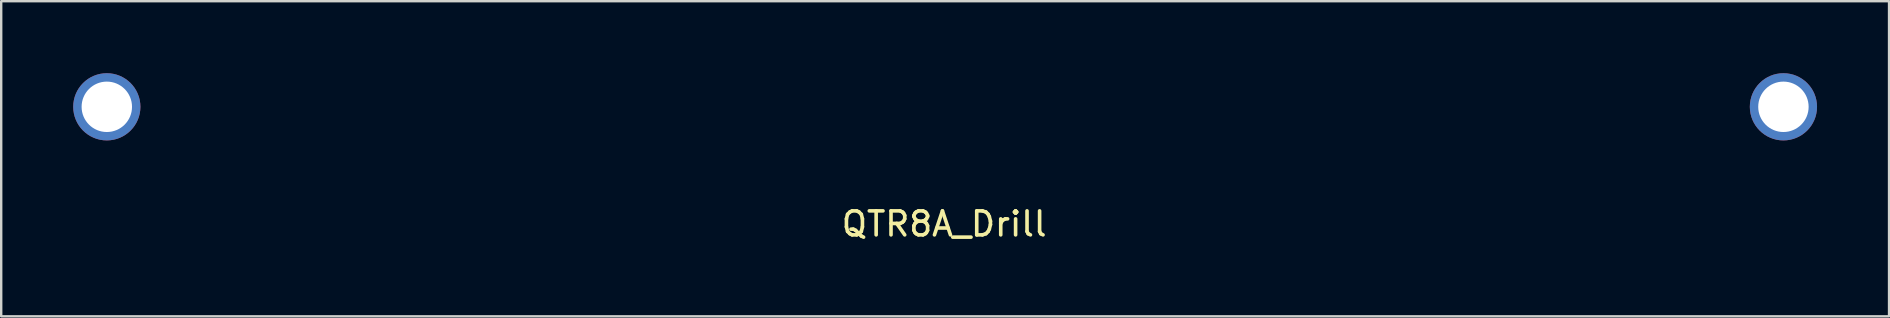
<source format=kicad_pcb>
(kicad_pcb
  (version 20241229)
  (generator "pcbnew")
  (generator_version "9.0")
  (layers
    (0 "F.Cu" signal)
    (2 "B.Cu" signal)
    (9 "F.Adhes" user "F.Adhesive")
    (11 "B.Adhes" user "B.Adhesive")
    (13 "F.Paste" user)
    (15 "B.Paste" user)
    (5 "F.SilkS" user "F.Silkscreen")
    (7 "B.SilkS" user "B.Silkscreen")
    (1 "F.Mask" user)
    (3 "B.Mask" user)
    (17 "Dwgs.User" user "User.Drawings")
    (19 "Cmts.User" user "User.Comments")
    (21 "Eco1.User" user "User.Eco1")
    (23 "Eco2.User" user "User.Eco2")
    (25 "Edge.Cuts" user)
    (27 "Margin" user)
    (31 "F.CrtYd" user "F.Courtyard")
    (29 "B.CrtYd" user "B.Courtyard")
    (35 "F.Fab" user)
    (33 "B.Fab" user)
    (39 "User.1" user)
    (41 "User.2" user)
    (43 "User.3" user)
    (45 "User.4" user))
  (footprint "QTR8A_Drill"
    (layer "F.Cu")
    (at 36.325 1.4)
    (property "Reference" "QTR8A_Drill" (at -0.04 4.88 0) (layer "F.SilkS") (effects (font (size 1 1) (thickness 0.15))))
    (attr through_hole)
    (pad "1" thru_hole circle (at -34.925 0) (size 2.8 2.8) (drill 2.1) (layers "*.Cu" "*.Mask"))
    (pad "2" thru_hole circle (at 34.925 0) (size 2.8 2.8) (drill 2.1) (layers "*.Cu" "*.Mask")))
  (gr_rect
    (start -3 -3)
    (end 75.65 10.128)
    (stroke (width 0.1) (type default))
    (fill no)
    (layer "Edge.Cuts")))
</source>
